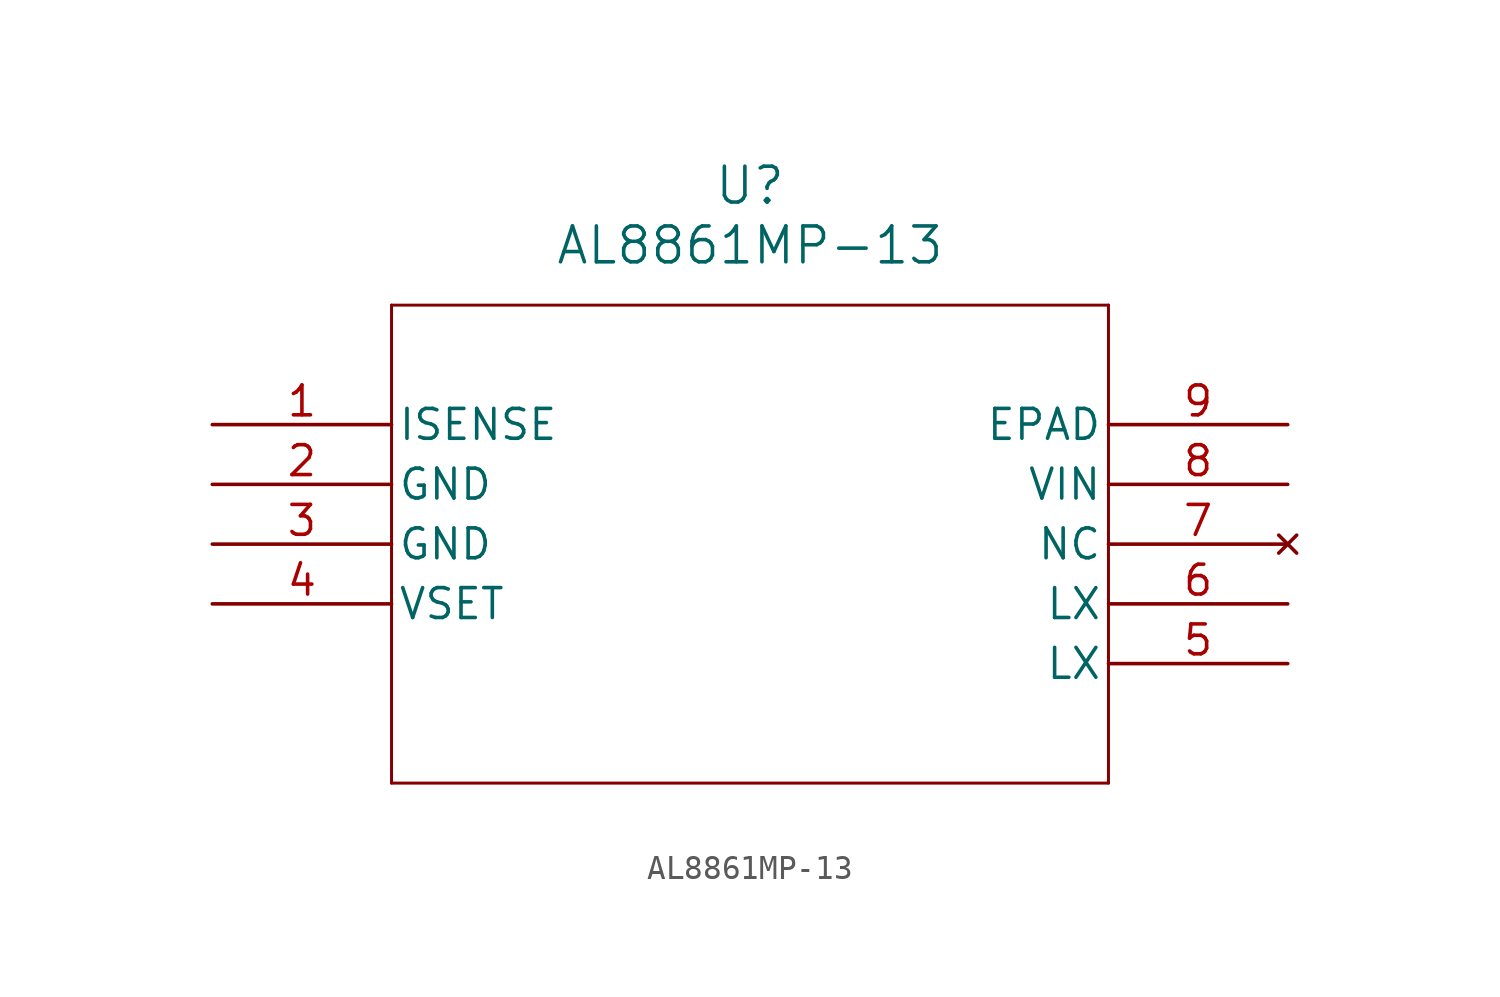
<source format=kicad_sym>
(kicad_symbol_lib
  (version 20211014)
  (generator kicad_symbol_editor)
  (symbol "AL8861MP-13"
    (pin_names
      (offset 0.254))
    (property "Reference" "U"
      (at 22.86 10.16 0)
      (effects (font (size 1.524 1.524))))
    (property "Value" "AL8861MP-13"
      (at 22.86 7.62 0)
      (effects (font (size 1.524 1.524))))
    (symbol "AL8861MP-13_0_1"
      (polyline (pts (xy 7.62 5.08) (xy 7.62 -15.24)) (stroke (width 0.127) (type default) (color 0 0 0 0)) (fill (type none)))
      (polyline (pts (xy 7.62 -15.24) (xy 38.1 -15.24)) (stroke (width 0.127) (type default) (color 0 0 0 0)) (fill (type none)))
      (polyline (pts (xy 38.1 -15.24) (xy 38.1 5.08)) (stroke (width 0.127) (type default) (color 0 0 0 0)) (fill (type none)))
      (polyline (pts (xy 38.1 5.08) (xy 7.62 5.08)) (stroke (width 0.127) (type default) (color 0 0 0 0)) (fill (type none)))
      (pin unspecified line (at 0 0 0) (length 7.62) (name "ISENSE" (effects (font (size 1.27 1.27)))) (number "1" (effects (font (size 1.27 1.27)))))
      (pin power_out line (at 0 -2.54 0) (length 7.62) (name "GND" (effects (font (size 1.27 1.27)))) (number "2" (effects (font (size 1.27 1.27)))))
      (pin power_out line (at 0 -5.08 0) (length 7.62) (name "GND" (effects (font (size 1.27 1.27)))) (number "3" (effects (font (size 1.27 1.27)))))
      (pin power_in line (at 0 -7.62 0) (length 7.62) (name "VSET" (effects (font (size 1.27 1.27)))) (number "4" (effects (font (size 1.27 1.27)))))
      (pin unspecified line (at 45.72 -10.16 180) (length 7.62) (name "LX" (effects (font (size 1.27 1.27)))) (number "5" (effects (font (size 1.27 1.27)))))
      (pin unspecified line (at 45.72 -7.62 180) (length 7.62) (name "LX" (effects (font (size 1.27 1.27)))) (number "6" (effects (font (size 1.27 1.27)))))
      (pin no_connect line (at 45.72 -5.08 180) (length 7.62) (name "NC" (effects (font (size 1.27 1.27)))) (number "7" (effects (font (size 1.27 1.27)))))
      (pin power_in line (at 45.72 -2.54 180) (length 7.62) (name "VIN" (effects (font (size 1.27 1.27)))) (number "8" (effects (font (size 1.27 1.27)))))
      (pin power_out line (at 45.72 0 180) (length 7.62) (name "EPAD" (effects (font (size 1.27 1.27)))) (number "9" (effects (font (size 1.27 1.27))))))))
</source>
